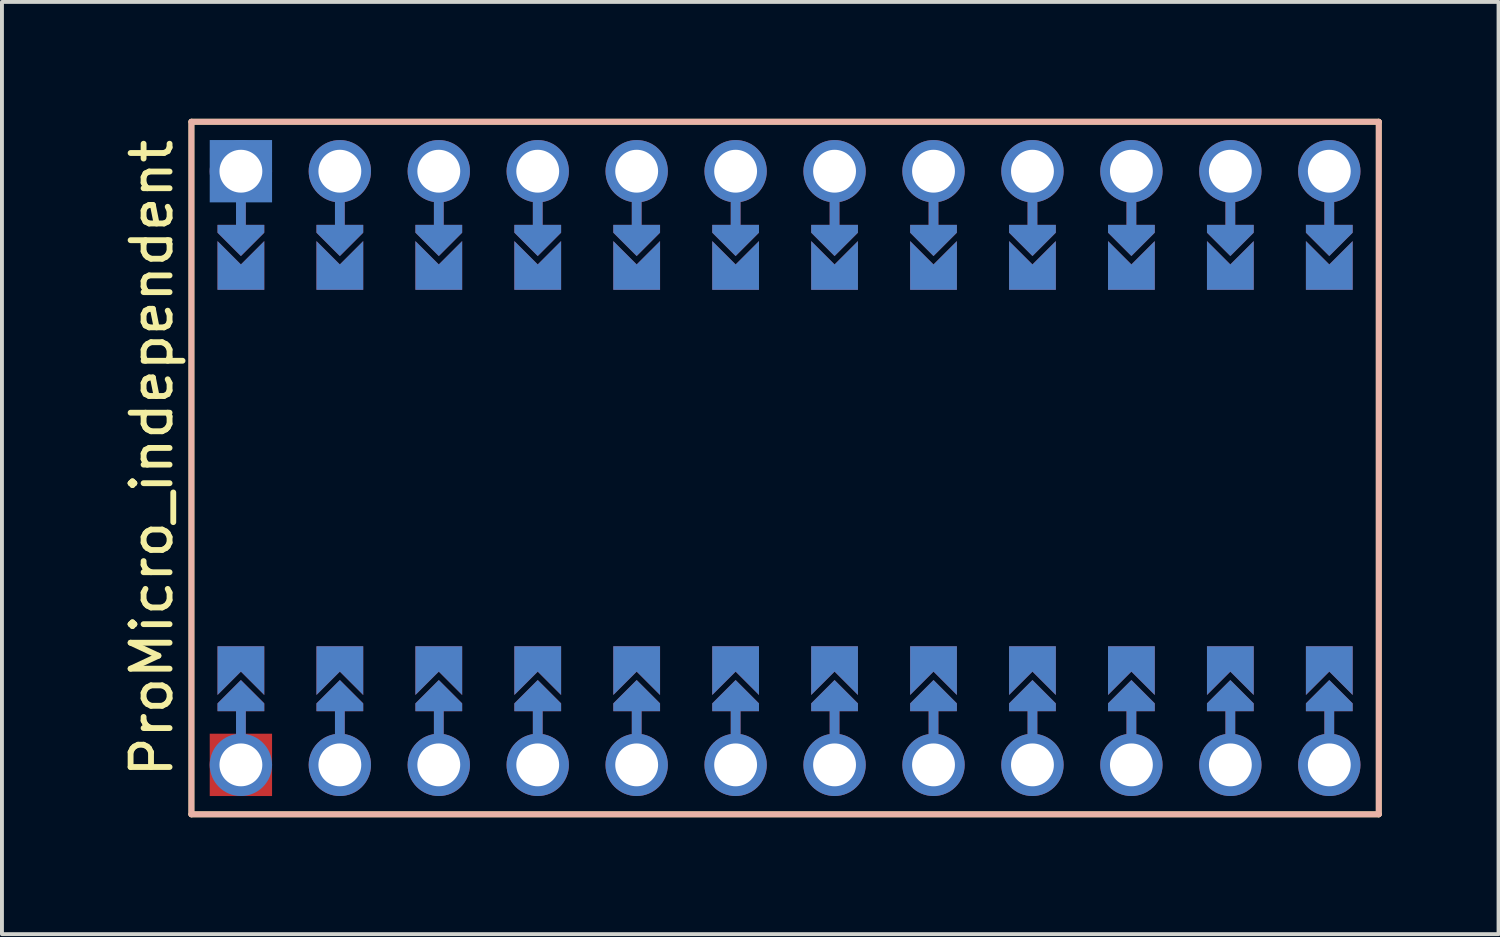
<source format=kicad_pcb>
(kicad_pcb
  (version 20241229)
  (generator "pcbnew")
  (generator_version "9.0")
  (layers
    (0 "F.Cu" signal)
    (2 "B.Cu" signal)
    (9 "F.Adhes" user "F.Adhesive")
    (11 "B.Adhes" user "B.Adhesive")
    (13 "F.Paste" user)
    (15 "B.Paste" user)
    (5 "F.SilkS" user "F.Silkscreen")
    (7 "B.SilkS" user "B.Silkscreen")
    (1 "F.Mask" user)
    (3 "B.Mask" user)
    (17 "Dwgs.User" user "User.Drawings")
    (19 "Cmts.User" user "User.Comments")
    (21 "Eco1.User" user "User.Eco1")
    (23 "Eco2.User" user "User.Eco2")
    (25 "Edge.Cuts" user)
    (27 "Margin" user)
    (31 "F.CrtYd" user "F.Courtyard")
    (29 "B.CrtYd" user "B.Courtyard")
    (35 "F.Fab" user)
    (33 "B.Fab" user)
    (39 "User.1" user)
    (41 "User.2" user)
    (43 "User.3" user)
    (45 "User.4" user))
  (footprint "ProMicro_independent"
    (layer "F.Cu")
    (at 17.104 8.965)
    (property "Reference" "ProMicro_independent" (at -16.256 -0.254 90) (layer "F.SilkS") (effects (font (size 1 1) (thickness 0.15))))
    (attr through_hole)
    (fp_poly (pts (xy -14.478 5.08) (xy -13.462 5.08) (xy -13.462 6.096) (xy -14.478 6.096)) (stroke (width 0.2) (type solid)) (fill yes) (layer "F.Mask"))
    (fp_poly (pts (xy -13.462 -5.08) (xy -14.478 -5.08) (xy -14.478 -6.096) (xy -13.462 -6.096)) (stroke (width 0.2) (type solid)) (fill yes) (layer "F.Mask"))
    (fp_poly (pts (xy -11.938 5.08) (xy -10.922 5.08) (xy -10.922 6.096) (xy -11.938 6.096)) (stroke (width 0.2) (type solid)) (fill yes) (layer "F.Mask"))
    (fp_poly (pts (xy -10.922 -5.08) (xy -11.938 -5.08) (xy -11.938 -6.096) (xy -10.922 -6.096)) (stroke (width 0.2) (type solid)) (fill yes) (layer "F.Mask"))
    (fp_poly (pts (xy -9.398 5.08) (xy -8.382 5.08) (xy -8.382 6.096) (xy -9.398 6.096)) (stroke (width 0.2) (type solid)) (fill yes) (layer "F.Mask"))
    (fp_poly (pts (xy -8.382 -5.08) (xy -9.398 -5.08) (xy -9.398 -6.096) (xy -8.382 -6.096)) (stroke (width 0.2) (type solid)) (fill yes) (layer "F.Mask"))
    (fp_poly (pts (xy -6.858 5.08) (xy -5.842 5.08) (xy -5.842 6.096) (xy -6.858 6.096)) (stroke (width 0.2) (type solid)) (fill yes) (layer "F.Mask"))
    (fp_poly (pts (xy -5.842 -5.08) (xy -6.858 -5.08) (xy -6.858 -6.096) (xy -5.842 -6.096)) (stroke (width 0.2) (type solid)) (fill yes) (layer "F.Mask"))
    (fp_poly (pts (xy -4.318 5.08) (xy -3.302 5.08) (xy -3.302 6.096) (xy -4.318 6.096)) (stroke (width 0.2) (type solid)) (fill yes) (layer "F.Mask"))
    (fp_poly (pts (xy -3.302 -5.08) (xy -4.318 -5.08) (xy -4.318 -6.096) (xy -3.302 -6.096)) (stroke (width 0.2) (type solid)) (fill yes) (layer "F.Mask"))
    (fp_poly (pts (xy -1.778 5.08) (xy -0.762 5.08) (xy -0.762 6.096) (xy -1.778 6.096)) (stroke (width 0.2) (type solid)) (fill yes) (layer "F.Mask"))
    (fp_poly (pts (xy -0.762 -5.08) (xy -1.778 -5.08) (xy -1.778 -6.096) (xy -0.762 -6.096)) (stroke (width 0.2) (type solid)) (fill yes) (layer "F.Mask"))
    (fp_poly (pts (xy 0.762 5.08) (xy 1.778 5.08) (xy 1.778 6.096) (xy 0.762 6.096)) (stroke (width 0.2) (type solid)) (fill yes) (layer "F.Mask"))
    (fp_poly (pts (xy 1.778 -5.08) (xy 0.762 -5.08) (xy 0.762 -6.096) (xy 1.778 -6.096)) (stroke (width 0.2) (type solid)) (fill yes) (layer "F.Mask"))
    (fp_poly (pts (xy 3.302 5.08) (xy 4.318 5.08) (xy 4.318 6.096) (xy 3.302 6.096)) (stroke (width 0.2) (type solid)) (fill yes) (layer "F.Mask"))
    (fp_poly (pts (xy 4.318 -5.08) (xy 3.302 -5.08) (xy 3.302 -6.096) (xy 4.318 -6.096)) (stroke (width 0.2) (type solid)) (fill yes) (layer "F.Mask"))
    (fp_poly (pts (xy 5.842 5.08) (xy 6.858 5.08) (xy 6.858 6.096) (xy 5.842 6.096)) (stroke (width 0.2) (type solid)) (fill yes) (layer "F.Mask"))
    (fp_poly (pts (xy 6.858 -5.08) (xy 5.842 -5.08) (xy 5.842 -6.096) (xy 6.858 -6.096)) (stroke (width 0.2) (type solid)) (fill yes) (layer "F.Mask"))
    (fp_poly (pts (xy 8.382 5.08) (xy 9.398 5.08) (xy 9.398 6.096) (xy 8.382 6.096)) (stroke (width 0.2) (type solid)) (fill yes) (layer "F.Mask"))
    (fp_poly (pts (xy 9.398 -5.08) (xy 8.382 -5.08) (xy 8.382 -6.096) (xy 9.398 -6.096)) (stroke (width 0.2) (type solid)) (fill yes) (layer "F.Mask"))
    (fp_poly (pts (xy 10.922 5.08) (xy 11.938 5.08) (xy 11.938 6.096) (xy 10.922 6.096)) (stroke (width 0.2) (type solid)) (fill yes) (layer "F.Mask"))
    (fp_poly (pts (xy 11.938 -5.08) (xy 10.922 -5.08) (xy 10.922 -6.096) (xy 11.938 -6.096)) (stroke (width 0.2) (type solid)) (fill yes) (layer "F.Mask"))
    (fp_poly (pts (xy 13.462 5.08) (xy 14.478 5.08) (xy 14.478 6.096) (xy 13.462 6.096)) (stroke (width 0.2) (type solid)) (fill yes) (layer "F.Mask"))
    (fp_poly (pts (xy 14.478 -5.08) (xy 13.462 -5.08) (xy 13.462 -6.096) (xy 14.478 -6.096)) (stroke (width 0.2) (type solid)) (fill yes) (layer "F.Mask"))
    (fp_poly (pts (xy -14.478 5.08) (xy -13.462 5.08) (xy -13.462 6.096) (xy -14.478 6.096)) (stroke (width 0.2) (type solid)) (fill yes) (layer "B.Mask"))
    (fp_poly (pts (xy -13.462 -5.08) (xy -14.478 -5.08) (xy -14.478 -6.096) (xy -13.462 -6.096)) (stroke (width 0.2) (type solid)) (fill yes) (layer "B.Mask"))
    (fp_poly (pts (xy -11.938 5.08) (xy -10.922 5.08) (xy -10.922 6.096) (xy -11.938 6.096)) (stroke (width 0.2) (type solid)) (fill yes) (layer "B.Mask"))
    (fp_poly (pts (xy -10.922 -5.08) (xy -11.938 -5.08) (xy -11.938 -6.096) (xy -10.922 -6.096)) (stroke (width 0.2) (type solid)) (fill yes) (layer "B.Mask"))
    (fp_poly (pts (xy -9.398 5.08) (xy -8.382 5.08) (xy -8.382 6.096) (xy -9.398 6.096)) (stroke (width 0.2) (type solid)) (fill yes) (layer "B.Mask"))
    (fp_poly (pts (xy -8.382 -5.08) (xy -9.398 -5.08) (xy -9.398 -6.096) (xy -8.382 -6.096)) (stroke (width 0.2) (type solid)) (fill yes) (layer "B.Mask"))
    (fp_poly (pts (xy -6.858 5.08) (xy -5.842 5.08) (xy -5.842 6.096) (xy -6.858 6.096)) (stroke (width 0.2) (type solid)) (fill yes) (layer "B.Mask"))
    (fp_poly (pts (xy -5.842 -5.08) (xy -6.858 -5.08) (xy -6.858 -6.096) (xy -5.842 -6.096)) (stroke (width 0.2) (type solid)) (fill yes) (layer "B.Mask"))
    (fp_poly (pts (xy -4.318 5.08) (xy -3.302 5.08) (xy -3.302 6.096) (xy -4.318 6.096)) (stroke (width 0.2) (type solid)) (fill yes) (layer "B.Mask"))
    (fp_poly (pts (xy -3.302 -5.08) (xy -4.318 -5.08) (xy -4.318 -6.096) (xy -3.302 -6.096)) (stroke (width 0.2) (type solid)) (fill yes) (layer "B.Mask"))
    (fp_poly (pts (xy -1.778 5.08) (xy -0.762 5.08) (xy -0.762 6.096) (xy -1.778 6.096)) (stroke (width 0.2) (type solid)) (fill yes) (layer "B.Mask"))
    (fp_poly (pts (xy -0.762 -5.08) (xy -1.778 -5.08) (xy -1.778 -6.096) (xy -0.762 -6.096)) (stroke (width 0.2) (type solid)) (fill yes) (layer "B.Mask"))
    (fp_poly (pts (xy 0.762 5.08) (xy 1.778 5.08) (xy 1.778 6.096) (xy 0.762 6.096)) (stroke (width 0.2) (type solid)) (fill yes) (layer "B.Mask"))
    (fp_poly (pts (xy 1.778 -5.08) (xy 0.762 -5.08) (xy 0.762 -6.096) (xy 1.778 -6.096)) (stroke (width 0.2) (type solid)) (fill yes) (layer "B.Mask"))
    (fp_poly (pts (xy 3.302 5.08) (xy 4.318 5.08) (xy 4.318 6.096) (xy 3.302 6.096)) (stroke (width 0.2) (type solid)) (fill yes) (layer "B.Mask"))
    (fp_poly (pts (xy 4.318 -5.08) (xy 3.302 -5.08) (xy 3.302 -6.096) (xy 4.318 -6.096)) (stroke (width 0.2) (type solid)) (fill yes) (layer "B.Mask"))
    (fp_poly (pts (xy 5.842 5.08) (xy 6.858 5.08) (xy 6.858 6.096) (xy 5.842 6.096)) (stroke (width 0.2) (type solid)) (fill yes) (layer "B.Mask"))
    (fp_poly (pts (xy 6.858 -5.08) (xy 5.842 -5.08) (xy 5.842 -6.096) (xy 6.858 -6.096)) (stroke (width 0.2) (type solid)) (fill yes) (layer "B.Mask"))
    (fp_poly (pts (xy 8.382 5.08) (xy 9.398 5.08) (xy 9.398 6.096) (xy 8.382 6.096)) (stroke (width 0.2) (type solid)) (fill yes) (layer "B.Mask"))
    (fp_poly (pts (xy 9.398 -5.08) (xy 8.382 -5.08) (xy 8.382 -6.096) (xy 9.398 -6.096)) (stroke (width 0.2) (type solid)) (fill yes) (layer "B.Mask"))
    (fp_poly (pts (xy 10.922 5.08) (xy 11.938 5.08) (xy 11.938 6.096) (xy 10.922 6.096)) (stroke (width 0.2) (type solid)) (fill yes) (layer "B.Mask"))
    (fp_poly (pts (xy 11.938 -5.08) (xy 10.922 -5.08) (xy 10.922 -6.096) (xy 11.938 -6.096)) (stroke (width 0.2) (type solid)) (fill yes) (layer "B.Mask"))
    (fp_poly (pts (xy 13.462 5.08) (xy 14.478 5.08) (xy 14.478 6.096) (xy 13.462 6.096)) (stroke (width 0.2) (type solid)) (fill yes) (layer "B.Mask"))
    (fp_poly (pts (xy 14.478 -5.08) (xy 13.462 -5.08) (xy 13.462 -6.096) (xy 14.478 -6.096)) (stroke (width 0.2) (type solid)) (fill yes) (layer "B.Mask"))
    (fp_line (start -15.24 -8.89) (end 15.24 -8.89) (stroke (width 0.15) (type solid)) (layer "F.SilkS"))
    (fp_line (start -15.24 8.89) (end -15.24 -8.89) (stroke (width 0.15) (type solid)) (layer "F.SilkS"))
    (fp_line (start -15.24 8.89) (end 15.24 8.89) (stroke (width 0.15) (type solid)) (layer "F.SilkS"))
    (fp_line (start 15.24 -8.89) (end 15.24 8.89) (stroke (width 0.15) (type solid)) (layer "F.SilkS"))
    (fp_line (start -15.24 -8.89) (end 15.24 -8.89) (stroke (width 0.15) (type solid)) (layer "B.SilkS"))
    (fp_line (start -15.24 8.89) (end -15.24 -8.89) (stroke (width 0.15) (type solid)) (layer "B.SilkS"))
    (fp_line (start -15.24 8.89) (end 15.24 8.89) (stroke (width 0.15) (type solid)) (layer "B.SilkS"))
    (fp_line (start 15.24 -8.89) (end 15.24 8.89) (stroke (width 0.15) (type solid)) (layer "B.SilkS"))
    (pad "" thru_hole circle (at -13.97 -7.62) (size 1.6 1.6) (drill 1.1) (layers "*.Cu" "*.Paste" "*.Mask"))
    (pad "" smd rect (at -13.97 -7.62) (size 1.6 1.6) (layers "B.Cu" "B.Mask" "B.Paste"))
    (pad "" smd custom (at -13.97 -6.35) (size 0.25 1) (layers "F.Cu") (options (anchor rect)) (primitives))
    (pad "" smd custom (at -13.97 -6.35) (size 0.25 1) (layers "B.Cu") (options (anchor rect)) (primitives))
    (pad "" smd custom (at -13.97 -5.842) (size 0.1 0.1) (layers "F.Cu" "F.Mask") (options (anchor rect)) (primitives (gr_poly (pts (xy 0.6 -0.4) (xy -0.6 -0.4) (xy -0.6 -0.2) (xy 0 0.4) (xy 0.6 -0.2)) (width 0) (fill yes))))
    (pad "" smd custom (at -13.97 -5.842) (size 0.1 0.1) (layers "B.Cu" "B.Mask") (options (anchor rect)) (primitives (gr_poly (pts (xy 0.6 -0.4) (xy -0.6 -0.4) (xy -0.6 -0.2) (xy 0 0.4) (xy 0.6 -0.2)) (width 0) (fill yes))))
    (pad "" smd custom (at -13.97 5.842 180) (size 0.1 0.1) (layers "F.Cu" "F.Mask") (options (anchor rect)) (primitives (gr_poly (pts (xy 0.6 -0.4) (xy -0.6 -0.4) (xy -0.6 -0.2) (xy 0 0.4) (xy 0.6 -0.2)) (width 0) (fill yes))))
    (pad "" smd custom (at -13.97 5.842 180) (size 0.1 0.1) (layers "B.Cu" "B.Mask") (options (anchor rect)) (primitives (gr_poly (pts (xy 0.6 -0.4) (xy -0.6 -0.4) (xy -0.6 -0.2) (xy 0 0.4) (xy 0.6 -0.2)) (width 0) (fill yes))))
    (pad "" smd custom (at -13.97 6.35 180) (size 0.25 1) (layers "F.Cu") (options (anchor rect)) (primitives))
    (pad "" smd custom (at -13.97 6.35 180) (size 0.25 1) (layers "B.Cu") (options (anchor rect)) (primitives))
    (pad "" thru_hole circle (at -13.97 7.62) (size 1.6 1.6) (drill 1.1) (layers "*.Cu" "*.Paste" "*.Mask"))
    (pad "" smd rect (at -13.97 7.62 270) (size 1.6 1.6) (layers "F.Cu" "F.Mask" "F.Paste"))
    (pad "" thru_hole circle (at -11.43 -7.62) (size 1.6 1.6) (drill 1.1) (layers "*.Cu" "*.Paste" "*.Mask"))
    (pad "" smd custom (at -11.43 -6.35) (size 0.25 1) (layers "F.Cu") (options (anchor rect)) (primitives))
    (pad "" smd custom (at -11.43 -6.35) (size 0.25 1) (layers "B.Cu") (options (anchor rect)) (primitives))
    (pad "" smd custom (at -11.43 -5.842) (size 0.1 0.1) (layers "F.Cu" "F.Mask") (options (anchor rect)) (primitives (gr_poly (pts (xy 0.6 -0.4) (xy -0.6 -0.4) (xy -0.6 -0.2) (xy 0 0.4) (xy 0.6 -0.2)) (width 0) (fill yes))))
    (pad "" smd custom (at -11.43 -5.842) (size 0.1 0.1) (layers "B.Cu" "B.Mask") (options (anchor rect)) (primitives (gr_poly (pts (xy 0.6 -0.4) (xy -0.6 -0.4) (xy -0.6 -0.2) (xy 0 0.4) (xy 0.6 -0.2)) (width 0) (fill yes))))
    (pad "" smd custom (at -11.43 5.842 180) (size 0.1 0.1) (layers "F.Cu" "F.Mask") (options (anchor rect)) (primitives (gr_poly (pts (xy 0.6 -0.4) (xy -0.6 -0.4) (xy -0.6 -0.2) (xy 0 0.4) (xy 0.6 -0.2)) (width 0) (fill yes))))
    (pad "" smd custom (at -11.43 5.842 180) (size 0.1 0.1) (layers "B.Cu" "B.Mask") (options (anchor rect)) (primitives (gr_poly (pts (xy 0.6 -0.4) (xy -0.6 -0.4) (xy -0.6 -0.2) (xy 0 0.4) (xy 0.6 -0.2)) (width 0) (fill yes))))
    (pad "" smd custom (at -11.43 6.35 180) (size 0.25 1) (layers "F.Cu") (options (anchor rect)) (primitives))
    (pad "" smd custom (at -11.43 6.35 180) (size 0.25 1) (layers "B.Cu") (options (anchor rect)) (primitives))
    (pad "" thru_hole circle (at -11.43 7.62) (size 1.6 1.6) (drill 1.1) (layers "*.Cu" "*.Paste" "*.Mask"))
    (pad "" thru_hole circle (at -8.89 -7.62) (size 1.6 1.6) (drill 1.1) (layers "*.Cu" "*.Paste" "*.Mask"))
    (pad "" smd custom (at -8.89 -6.35) (size 0.25 1) (layers "F.Cu") (options (anchor rect)) (primitives))
    (pad "" smd custom (at -8.89 -6.35) (size 0.25 1) (layers "B.Cu") (options (anchor rect)) (primitives))
    (pad "" smd custom (at -8.89 -5.842) (size 0.1 0.1) (layers "F.Cu" "F.Mask") (options (anchor rect)) (primitives (gr_poly (pts (xy 0.6 -0.4) (xy -0.6 -0.4) (xy -0.6 -0.2) (xy 0 0.4) (xy 0.6 -0.2)) (width 0) (fill yes))))
    (pad "" smd custom (at -8.89 -5.842) (size 0.1 0.1) (layers "B.Cu" "B.Mask") (options (anchor rect)) (primitives (gr_poly (pts (xy 0.6 -0.4) (xy -0.6 -0.4) (xy -0.6 -0.2) (xy 0 0.4) (xy 0.6 -0.2)) (width 0) (fill yes))))
    (pad "" smd custom (at -8.89 5.842 180) (size 0.1 0.1) (layers "F.Cu" "F.Mask") (options (anchor rect)) (primitives (gr_poly (pts (xy 0.6 -0.4) (xy -0.6 -0.4) (xy -0.6 -0.2) (xy 0 0.4) (xy 0.6 -0.2)) (width 0) (fill yes))))
    (pad "" smd custom (at -8.89 5.842 180) (size 0.1 0.1) (layers "B.Cu" "B.Mask") (options (anchor rect)) (primitives (gr_poly (pts (xy 0.6 -0.4) (xy -0.6 -0.4) (xy -0.6 -0.2) (xy 0 0.4) (xy 0.6 -0.2)) (width 0) (fill yes))))
    (pad "" smd custom (at -8.89 6.35 180) (size 0.25 1) (layers "F.Cu") (options (anchor rect)) (primitives))
    (pad "" smd custom (at -8.89 6.35 180) (size 0.25 1) (layers "B.Cu") (options (anchor rect)) (primitives))
    (pad "" thru_hole circle (at -8.89 7.62) (size 1.6 1.6) (drill 1.1) (layers "*.Cu" "*.Paste" "*.Mask"))
    (pad "" thru_hole circle (at -6.35 -7.62) (size 1.6 1.6) (drill 1.1) (layers "*.Cu" "*.Paste" "*.Mask"))
    (pad "" smd custom (at -6.35 -6.35) (size 0.25 1) (layers "F.Cu") (options (anchor rect)) (primitives))
    (pad "" smd custom (at -6.35 -6.35) (size 0.25 1) (layers "B.Cu") (options (anchor rect)) (primitives))
    (pad "" smd custom (at -6.35 -5.842) (size 0.1 0.1) (layers "F.Cu" "F.Mask") (options (anchor rect)) (primitives (gr_poly (pts (xy 0.6 -0.4) (xy -0.6 -0.4) (xy -0.6 -0.2) (xy 0 0.4) (xy 0.6 -0.2)) (width 0) (fill yes))))
    (pad "" smd custom (at -6.35 -5.842) (size 0.1 0.1) (layers "B.Cu" "B.Mask") (options (anchor rect)) (primitives (gr_poly (pts (xy 0.6 -0.4) (xy -0.6 -0.4) (xy -0.6 -0.2) (xy 0 0.4) (xy 0.6 -0.2)) (width 0) (fill yes))))
    (pad "" smd custom (at -6.35 5.842 180) (size 0.1 0.1) (layers "F.Cu" "F.Mask") (options (anchor rect)) (primitives (gr_poly (pts (xy 0.6 -0.4) (xy -0.6 -0.4) (xy -0.6 -0.2) (xy 0 0.4) (xy 0.6 -0.2)) (width 0) (fill yes))))
    (pad "" smd custom (at -6.35 5.842 180) (size 0.1 0.1) (layers "B.Cu" "B.Mask") (options (anchor rect)) (primitives (gr_poly (pts (xy 0.6 -0.4) (xy -0.6 -0.4) (xy -0.6 -0.2) (xy 0 0.4) (xy 0.6 -0.2)) (width 0) (fill yes))))
    (pad "" smd custom (at -6.35 6.35 180) (size 0.25 1) (layers "F.Cu") (options (anchor rect)) (primitives))
    (pad "" smd custom (at -6.35 6.35 180) (size 0.25 1) (layers "B.Cu") (options (anchor rect)) (primitives))
    (pad "" thru_hole circle (at -6.35 7.62) (size 1.6 1.6) (drill 1.1) (layers "*.Cu" "*.Paste" "*.Mask"))
    (pad "" thru_hole circle (at -3.81 -7.62) (size 1.6 1.6) (drill 1.1) (layers "*.Cu" "*.Paste" "*.Mask"))
    (pad "" smd custom (at -3.81 -6.35) (size 0.25 1) (layers "F.Cu") (options (anchor rect)) (primitives))
    (pad "" smd custom (at -3.81 -6.35) (size 0.25 1) (layers "B.Cu") (options (anchor rect)) (primitives))
    (pad "" smd custom (at -3.81 -5.842) (size 0.1 0.1) (layers "F.Cu" "F.Mask") (options (anchor rect)) (primitives (gr_poly (pts (xy 0.6 -0.4) (xy -0.6 -0.4) (xy -0.6 -0.2) (xy 0 0.4) (xy 0.6 -0.2)) (width 0) (fill yes))))
    (pad "" smd custom (at -3.81 -5.842) (size 0.1 0.1) (layers "B.Cu" "B.Mask") (options (anchor rect)) (primitives (gr_poly (pts (xy 0.6 -0.4) (xy -0.6 -0.4) (xy -0.6 -0.2) (xy 0 0.4) (xy 0.6 -0.2)) (width 0) (fill yes))))
    (pad "" smd custom (at -3.81 5.842 180) (size 0.1 0.1) (layers "F.Cu" "F.Mask") (options (anchor rect)) (primitives (gr_poly (pts (xy 0.6 -0.4) (xy -0.6 -0.4) (xy -0.6 -0.2) (xy 0 0.4) (xy 0.6 -0.2)) (width 0) (fill yes))))
    (pad "" smd custom (at -3.81 5.842 180) (size 0.1 0.1) (layers "B.Cu" "B.Mask") (options (anchor rect)) (primitives (gr_poly (pts (xy 0.6 -0.4) (xy -0.6 -0.4) (xy -0.6 -0.2) (xy 0 0.4) (xy 0.6 -0.2)) (width 0) (fill yes))))
    (pad "" smd custom (at -3.81 6.35 180) (size 0.25 1) (layers "F.Cu") (options (anchor rect)) (primitives))
    (pad "" smd custom (at -3.81 6.35 180) (size 0.25 1) (layers "B.Cu") (options (anchor rect)) (primitives))
    (pad "" thru_hole circle (at -3.81 7.62) (size 1.6 1.6) (drill 1.1) (layers "*.Cu" "*.Paste" "*.Mask"))
    (pad "" thru_hole circle (at -1.27 -7.62) (size 1.6 1.6) (drill 1.1) (layers "*.Cu" "*.Paste" "*.Mask"))
    (pad "" smd custom (at -1.27 -6.35) (size 0.25 1) (layers "F.Cu") (options (anchor rect)) (primitives))
    (pad "" smd custom (at -1.27 -6.35) (size 0.25 1) (layers "B.Cu") (options (anchor rect)) (primitives))
    (pad "" smd custom (at -1.27 -5.842) (size 0.1 0.1) (layers "F.Cu" "F.Mask") (options (anchor rect)) (primitives (gr_poly (pts (xy 0.6 -0.4) (xy -0.6 -0.4) (xy -0.6 -0.2) (xy 0 0.4) (xy 0.6 -0.2)) (width 0) (fill yes))))
    (pad "" smd custom (at -1.27 -5.842) (size 0.1 0.1) (layers "B.Cu" "B.Mask") (options (anchor rect)) (primitives (gr_poly (pts (xy 0.6 -0.4) (xy -0.6 -0.4) (xy -0.6 -0.2) (xy 0 0.4) (xy 0.6 -0.2)) (width 0) (fill yes))))
    (pad "" smd custom (at -1.27 5.842 180) (size 0.1 0.1) (layers "F.Cu" "F.Mask") (options (anchor rect)) (primitives (gr_poly (pts (xy 0.6 -0.4) (xy -0.6 -0.4) (xy -0.6 -0.2) (xy 0 0.4) (xy 0.6 -0.2)) (width 0) (fill yes))))
    (pad "" smd custom (at -1.27 5.842 180) (size 0.1 0.1) (layers "B.Cu" "B.Mask") (options (anchor rect)) (primitives (gr_poly (pts (xy 0.6 -0.4) (xy -0.6 -0.4) (xy -0.6 -0.2) (xy 0 0.4) (xy 0.6 -0.2)) (width 0) (fill yes))))
    (pad "" smd custom (at -1.27 6.35 180) (size 0.25 1) (layers "F.Cu") (options (anchor rect)) (primitives))
    (pad "" smd custom (at -1.27 6.35 180) (size 0.25 1) (layers "B.Cu") (options (anchor rect)) (primitives))
    (pad "" thru_hole circle (at -1.27 7.62) (size 1.6 1.6) (drill 1.1) (layers "*.Cu" "*.Paste" "*.Mask"))
    (pad "" thru_hole circle (at 1.27 -7.62) (size 1.6 1.6) (drill 1.1) (layers "*.Cu" "*.Paste" "*.Mask"))
    (pad "" smd custom (at 1.27 -6.35) (size 0.25 1) (layers "F.Cu") (options (anchor rect)) (primitives))
    (pad "" smd custom (at 1.27 -6.35) (size 0.25 1) (layers "B.Cu") (options (anchor rect)) (primitives))
    (pad "" smd custom (at 1.27 -5.842) (size 0.1 0.1) (layers "F.Cu" "F.Mask") (options (anchor rect)) (primitives (gr_poly (pts (xy 0.6 -0.4) (xy -0.6 -0.4) (xy -0.6 -0.2) (xy 0 0.4) (xy 0.6 -0.2)) (width 0) (fill yes))))
    (pad "" smd custom (at 1.27 -5.842) (size 0.1 0.1) (layers "B.Cu" "B.Mask") (options (anchor rect)) (primitives (gr_poly (pts (xy 0.6 -0.4) (xy -0.6 -0.4) (xy -0.6 -0.2) (xy 0 0.4) (xy 0.6 -0.2)) (width 0) (fill yes))))
    (pad "" smd custom (at 1.27 5.842 180) (size 0.1 0.1) (layers "F.Cu" "F.Mask") (options (anchor rect)) (primitives (gr_poly (pts (xy 0.6 -0.4) (xy -0.6 -0.4) (xy -0.6 -0.2) (xy 0 0.4) (xy 0.6 -0.2)) (width 0) (fill yes))))
    (pad "" smd custom (at 1.27 5.842 180) (size 0.1 0.1) (layers "B.Cu" "B.Mask") (options (anchor rect)) (primitives (gr_poly (pts (xy 0.6 -0.4) (xy -0.6 -0.4) (xy -0.6 -0.2) (xy 0 0.4) (xy 0.6 -0.2)) (width 0) (fill yes))))
    (pad "" smd custom (at 1.27 6.35 180) (size 0.25 1) (layers "F.Cu") (options (anchor rect)) (primitives))
    (pad "" smd custom (at 1.27 6.35 180) (size 0.25 1) (layers "B.Cu") (options (anchor rect)) (primitives))
    (pad "" thru_hole circle (at 1.27 7.62) (size 1.6 1.6) (drill 1.1) (layers "*.Cu" "*.Paste" "*.Mask"))
    (pad "" thru_hole circle (at 3.81 -7.62) (size 1.6 1.6) (drill 1.1) (layers "*.Cu" "*.Paste" "*.Mask"))
    (pad "" smd custom (at 3.81 -6.35) (size 0.25 1) (layers "F.Cu") (options (anchor rect)) (primitives))
    (pad "" smd custom (at 3.81 -6.35) (size 0.25 1) (layers "B.Cu") (options (anchor rect)) (primitives))
    (pad "" smd custom (at 3.81 -5.842) (size 0.1 0.1) (layers "F.Cu" "F.Mask") (options (anchor rect)) (primitives (gr_poly (pts (xy 0.6 -0.4) (xy -0.6 -0.4) (xy -0.6 -0.2) (xy 0 0.4) (xy 0.6 -0.2)) (width 0) (fill yes))))
    (pad "" smd custom (at 3.81 -5.842) (size 0.1 0.1) (layers "B.Cu" "B.Mask") (options (anchor rect)) (primitives (gr_poly (pts (xy 0.6 -0.4) (xy -0.6 -0.4) (xy -0.6 -0.2) (xy 0 0.4) (xy 0.6 -0.2)) (width 0) (fill yes))))
    (pad "" smd custom (at 3.81 5.842 180) (size 0.1 0.1) (layers "F.Cu" "F.Mask") (options (anchor rect)) (primitives (gr_poly (pts (xy 0.6 -0.4) (xy -0.6 -0.4) (xy -0.6 -0.2) (xy 0 0.4) (xy 0.6 -0.2)) (width 0) (fill yes))))
    (pad "" smd custom (at 3.81 5.842 180) (size 0.1 0.1) (layers "B.Cu" "B.Mask") (options (anchor rect)) (primitives (gr_poly (pts (xy 0.6 -0.4) (xy -0.6 -0.4) (xy -0.6 -0.2) (xy 0 0.4) (xy 0.6 -0.2)) (width 0) (fill yes))))
    (pad "" smd custom (at 3.81 6.35 180) (size 0.25 1) (layers "F.Cu") (options (anchor rect)) (primitives))
    (pad "" smd custom (at 3.81 6.35 180) (size 0.25 1) (layers "B.Cu") (options (anchor rect)) (primitives))
    (pad "" thru_hole circle (at 3.81 7.62) (size 1.6 1.6) (drill 1.1) (layers "*.Cu" "*.Paste" "*.Mask"))
    (pad "" thru_hole circle (at 6.35 -7.62) (size 1.6 1.6) (drill 1.1) (layers "*.Cu" "*.Paste" "*.Mask"))
    (pad "" smd custom (at 6.35 -6.35) (size 0.25 1) (layers "F.Cu") (options (anchor rect)) (primitives))
    (pad "" smd custom (at 6.35 -6.35) (size 0.25 1) (layers "B.Cu") (options (anchor rect)) (primitives))
    (pad "" smd custom (at 6.35 -5.842) (size 0.1 0.1) (layers "F.Cu" "F.Mask") (options (anchor rect)) (primitives (gr_poly (pts (xy 0.6 -0.4) (xy -0.6 -0.4) (xy -0.6 -0.2) (xy 0 0.4) (xy 0.6 -0.2)) (width 0) (fill yes))))
    (pad "" smd custom (at 6.35 -5.842) (size 0.1 0.1) (layers "B.Cu" "B.Mask") (options (anchor rect)) (primitives (gr_poly (pts (xy 0.6 -0.4) (xy -0.6 -0.4) (xy -0.6 -0.2) (xy 0 0.4) (xy 0.6 -0.2)) (width 0) (fill yes))))
    (pad "" smd custom (at 6.35 5.842 180) (size 0.1 0.1) (layers "F.Cu" "F.Mask") (options (anchor rect)) (primitives (gr_poly (pts (xy 0.6 -0.4) (xy -0.6 -0.4) (xy -0.6 -0.2) (xy 0 0.4) (xy 0.6 -0.2)) (width 0) (fill yes))))
    (pad "" smd custom (at 6.35 5.842 180) (size 0.1 0.1) (layers "B.Cu" "B.Mask") (options (anchor rect)) (primitives (gr_poly (pts (xy 0.6 -0.4) (xy -0.6 -0.4) (xy -0.6 -0.2) (xy 0 0.4) (xy 0.6 -0.2)) (width 0) (fill yes))))
    (pad "" smd custom (at 6.35 6.35 180) (size 0.25 1) (layers "F.Cu") (options (anchor rect)) (primitives))
    (pad "" smd custom (at 6.35 6.35 180) (size 0.25 1) (layers "B.Cu") (options (anchor rect)) (primitives))
    (pad "" thru_hole circle (at 6.35 7.62) (size 1.6 1.6) (drill 1.1) (layers "*.Cu" "*.Paste" "*.Mask"))
    (pad "" thru_hole circle (at 8.89 -7.62) (size 1.6 1.6) (drill 1.1) (layers "*.Cu" "*.Paste" "*.Mask"))
    (pad "" smd custom (at 8.89 -6.35) (size 0.25 1) (layers "F.Cu") (options (anchor rect)) (primitives))
    (pad "" smd custom (at 8.89 -6.35) (size 0.25 1) (layers "B.Cu") (options (anchor rect)) (primitives))
    (pad "" smd custom (at 8.89 -5.842) (size 0.1 0.1) (layers "F.Cu" "F.Mask") (options (anchor rect)) (primitives (gr_poly (pts (xy 0.6 -0.4) (xy -0.6 -0.4) (xy -0.6 -0.2) (xy 0 0.4) (xy 0.6 -0.2)) (width 0) (fill yes))))
    (pad "" smd custom (at 8.89 -5.842) (size 0.1 0.1) (layers "B.Cu" "B.Mask") (options (anchor rect)) (primitives (gr_poly (pts (xy 0.6 -0.4) (xy -0.6 -0.4) (xy -0.6 -0.2) (xy 0 0.4) (xy 0.6 -0.2)) (width 0) (fill yes))))
    (pad "" smd custom (at 8.89 5.842 180) (size 0.1 0.1) (layers "F.Cu" "F.Mask") (options (anchor rect)) (primitives (gr_poly (pts (xy 0.6 -0.4) (xy -0.6 -0.4) (xy -0.6 -0.2) (xy 0 0.4) (xy 0.6 -0.2)) (width 0) (fill yes))))
    (pad "" smd custom (at 8.89 5.842 180) (size 0.1 0.1) (layers "B.Cu" "B.Mask") (options (anchor rect)) (primitives (gr_poly (pts (xy 0.6 -0.4) (xy -0.6 -0.4) (xy -0.6 -0.2) (xy 0 0.4) (xy 0.6 -0.2)) (width 0) (fill yes))))
    (pad "" smd custom (at 8.89 6.35 180) (size 0.25 1) (layers "F.Cu") (options (anchor rect)) (primitives))
    (pad "" smd custom (at 8.89 6.35 180) (size 0.25 1) (layers "B.Cu") (options (anchor rect)) (primitives))
    (pad "" thru_hole circle (at 8.89 7.62) (size 1.6 1.6) (drill 1.1) (layers "*.Cu" "*.Paste" "*.Mask"))
    (pad "" thru_hole circle (at 11.43 -7.62) (size 1.6 1.6) (drill 1.1) (layers "*.Cu" "*.Paste" "*.Mask"))
    (pad "" smd custom (at 11.43 -6.35) (size 0.25 1) (layers "F.Cu") (options (anchor rect)) (primitives))
    (pad "" smd custom (at 11.43 -6.35) (size 0.25 1) (layers "B.Cu") (options (anchor rect)) (primitives))
    (pad "" smd custom (at 11.43 -5.842) (size 0.1 0.1) (layers "F.Cu" "F.Mask") (options (anchor rect)) (primitives (gr_poly (pts (xy 0.6 -0.4) (xy -0.6 -0.4) (xy -0.6 -0.2) (xy 0 0.4) (xy 0.6 -0.2)) (width 0) (fill yes))))
    (pad "" smd custom (at 11.43 -5.842) (size 0.1 0.1) (layers "B.Cu" "B.Mask") (options (anchor rect)) (primitives (gr_poly (pts (xy 0.6 -0.4) (xy -0.6 -0.4) (xy -0.6 -0.2) (xy 0 0.4) (xy 0.6 -0.2)) (width 0) (fill yes))))
    (pad "" smd custom (at 11.43 5.842 180) (size 0.1 0.1) (layers "F.Cu" "F.Mask") (options (anchor rect)) (primitives (gr_poly (pts (xy 0.6 -0.4) (xy -0.6 -0.4) (xy -0.6 -0.2) (xy 0 0.4) (xy 0.6 -0.2)) (width 0) (fill yes))))
    (pad "" smd custom (at 11.43 5.842 180) (size 0.1 0.1) (layers "B.Cu" "B.Mask") (options (anchor rect)) (primitives (gr_poly (pts (xy 0.6 -0.4) (xy -0.6 -0.4) (xy -0.6 -0.2) (xy 0 0.4) (xy 0.6 -0.2)) (width 0) (fill yes))))
    (pad "" smd custom (at 11.43 6.35 180) (size 0.25 1) (layers "F.Cu") (options (anchor rect)) (primitives))
    (pad "" smd custom (at 11.43 6.35 180) (size 0.25 1) (layers "B.Cu") (options (anchor rect)) (primitives))
    (pad "" thru_hole circle (at 11.43 7.62) (size 1.6 1.6) (drill 1.1) (layers "*.Cu" "*.Paste" "*.Mask"))
    (pad "" thru_hole circle (at 13.97 -7.62) (size 1.6 1.6) (drill 1.1) (layers "*.Cu" "*.Paste" "*.Mask"))
    (pad "" smd custom (at 13.97 -6.35) (size 0.25 1) (layers "F.Cu") (options (anchor rect)) (primitives))
    (pad "" smd custom (at 13.97 -6.35) (size 0.25 1) (layers "B.Cu") (options (anchor rect)) (primitives))
    (pad "" smd custom (at 13.97 -5.842) (size 0.1 0.1) (layers "F.Cu" "F.Mask") (options (anchor rect)) (primitives (gr_poly (pts (xy 0.6 -0.4) (xy -0.6 -0.4) (xy -0.6 -0.2) (xy 0 0.4) (xy 0.6 -0.2)) (width 0) (fill yes))))
    (pad "" smd custom (at 13.97 -5.842) (size 0.1 0.1) (layers "B.Cu" "B.Mask") (options (anchor rect)) (primitives (gr_poly (pts (xy 0.6 -0.4) (xy -0.6 -0.4) (xy -0.6 -0.2) (xy 0 0.4) (xy 0.6 -0.2)) (width 0) (fill yes))))
    (pad "" smd custom (at 13.97 5.842 180) (size 0.1 0.1) (layers "F.Cu" "F.Mask") (options (anchor rect)) (primitives (gr_poly (pts (xy 0.6 -0.4) (xy -0.6 -0.4) (xy -0.6 -0.2) (xy 0 0.4) (xy 0.6 -0.2)) (width 0) (fill yes))))
    (pad "" smd custom (at 13.97 5.842 180) (size 0.1 0.1) (layers "B.Cu" "B.Mask") (options (anchor rect)) (primitives (gr_poly (pts (xy 0.6 -0.4) (xy -0.6 -0.4) (xy -0.6 -0.2) (xy 0 0.4) (xy 0.6 -0.2)) (width 0) (fill yes))))
    (pad "" smd custom (at 13.97 6.35 180) (size 0.25 1) (layers "F.Cu") (options (anchor rect)) (primitives))
    (pad "" smd custom (at 13.97 6.35 180) (size 0.25 1) (layers "B.Cu") (options (anchor rect)) (primitives))
    (pad "" thru_hole circle (at 13.97 7.62) (size 1.6 1.6) (drill 1.1) (layers "*.Cu" "*.Paste" "*.Mask"))
    (pad "1" smd custom (at -13.97 4.826 180) (size 1.2 0.5) (layers "B.Cu" "B.Mask") (options (anchor rect)) (primitives (gr_poly (pts (xy 0.6 0) (xy -0.6 0) (xy -0.6 -1) (xy 0 -0.4) (xy 0.6 -1)) (width 0) (fill yes))))
    (pad "2" smd custom (at -11.43 4.826 180) (size 1.2 0.5) (layers "B.Cu" "B.Mask") (options (anchor rect)) (primitives (gr_poly (pts (xy 0.6 0) (xy -0.6 0) (xy -0.6 -1) (xy 0 -0.4) (xy 0.6 -1)) (width 0) (fill yes))))
    (pad "3" smd custom (at -8.89 4.826 180) (size 1.2 0.5) (layers "B.Cu" "B.Mask") (options (anchor rect)) (primitives (gr_poly (pts (xy 0.6 0) (xy -0.6 0) (xy -0.6 -1) (xy 0 -0.4) (xy 0.6 -1)) (width 0) (fill yes))))
    (pad "4" smd custom (at -6.35 4.826 180) (size 1.2 0.5) (layers "B.Cu" "B.Mask") (options (anchor rect)) (primitives (gr_poly (pts (xy 0.6 0) (xy -0.6 0) (xy -0.6 -1) (xy 0 -0.4) (xy 0.6 -1)) (width 0) (fill yes))))
    (pad "5" smd custom (at -3.81 4.826 180) (size 1.2 0.5) (layers "B.Cu" "B.Mask") (options (anchor rect)) (primitives (gr_poly (pts (xy 0.6 0) (xy -0.6 0) (xy -0.6 -1) (xy 0 -0.4) (xy 0.6 -1)) (width 0) (fill yes))))
    (pad "6" smd custom (at -1.27 4.826 180) (size 1.2 0.5) (layers "B.Cu" "B.Mask") (options (anchor rect)) (primitives (gr_poly (pts (xy 0.6 0) (xy -0.6 0) (xy -0.6 -1) (xy 0 -0.4) (xy 0.6 -1)) (width 0) (fill yes))))
    (pad "7" smd custom (at 1.27 4.826 180) (size 1.2 0.5) (layers "B.Cu" "B.Mask") (options (anchor rect)) (primitives (gr_poly (pts (xy 0.6 0) (xy -0.6 0) (xy -0.6 -1) (xy 0 -0.4) (xy 0.6 -1)) (width 0) (fill yes))))
    (pad "8" smd custom (at 3.81 4.826 180) (size 1.2 0.5) (layers "B.Cu" "B.Mask") (options (anchor rect)) (primitives (gr_poly (pts (xy 0.6 0) (xy -0.6 0) (xy -0.6 -1) (xy 0 -0.4) (xy 0.6 -1)) (width 0) (fill yes))))
    (pad "9" smd custom (at 6.35 4.826 180) (size 1.2 0.5) (layers "B.Cu" "B.Mask") (options (anchor rect)) (primitives (gr_poly (pts (xy 0.6 0) (xy -0.6 0) (xy -0.6 -1) (xy 0 -0.4) (xy 0.6 -1)) (width 0) (fill yes))))
    (pad "10" smd custom (at 8.89 4.826 180) (size 1.2 0.5) (layers "B.Cu" "B.Mask") (options (anchor rect)) (primitives (gr_poly (pts (xy 0.6 0) (xy -0.6 0) (xy -0.6 -1) (xy 0 -0.4) (xy 0.6 -1)) (width 0) (fill yes))))
    (pad "11" smd custom (at 11.43 4.826 180) (size 1.2 0.5) (layers "B.Cu" "B.Mask") (options (anchor rect)) (primitives (gr_poly (pts (xy 0.6 0) (xy -0.6 0) (xy -0.6 -1) (xy 0 -0.4) (xy 0.6 -1)) (width 0) (fill yes))))
    (pad "12" smd custom (at 13.97 4.826 180) (size 1.2 0.5) (layers "B.Cu" "B.Mask") (options (anchor rect)) (primitives (gr_poly (pts (xy 0.6 0) (xy -0.6 0) (xy -0.6 -1) (xy 0 -0.4) (xy 0.6 -1)) (width 0) (fill yes))))
    (pad "13" smd custom (at 13.97 -4.826) (size 1.2 0.5) (layers "B.Cu" "B.Mask") (options (anchor rect)) (primitives (gr_poly (pts (xy 0.6 0) (xy -0.6 0) (xy -0.6 -1) (xy 0 -0.4) (xy 0.6 -1)) (width 0) (fill yes))))
    (pad "14" smd custom (at 11.43 -4.826) (size 1.2 0.5) (layers "B.Cu" "B.Mask") (options (anchor rect)) (primitives (gr_poly (pts (xy 0.6 0) (xy -0.6 0) (xy -0.6 -1) (xy 0 -0.4) (xy 0.6 -1)) (width 0) (fill yes))))
    (pad "15" smd custom (at 8.89 -4.826) (size 1.2 0.5) (layers "B.Cu" "B.Mask") (options (anchor rect)) (primitives (gr_poly (pts (xy 0.6 0) (xy -0.6 0) (xy -0.6 -1) (xy 0 -0.4) (xy 0.6 -1)) (width 0) (fill yes))))
    (pad "16" smd custom (at 6.35 -4.826) (size 1.2 0.5) (layers "B.Cu" "B.Mask") (options (anchor rect)) (primitives (gr_poly (pts (xy 0.6 0) (xy -0.6 0) (xy -0.6 -1) (xy 0 -0.4) (xy 0.6 -1)) (width 0) (fill yes))))
    (pad "17" smd custom (at 3.81 -4.826) (size 1.2 0.5) (layers "B.Cu" "B.Mask") (options (anchor rect)) (primitives (gr_poly (pts (xy 0.6 0) (xy -0.6 0) (xy -0.6 -1) (xy 0 -0.4) (xy 0.6 -1)) (width 0) (fill yes))))
    (pad "18" smd custom (at 1.27 -4.826) (size 1.2 0.5) (layers "B.Cu" "B.Mask") (options (anchor rect)) (primitives (gr_poly (pts (xy 0.6 0) (xy -0.6 0) (xy -0.6 -1) (xy 0 -0.4) (xy 0.6 -1)) (width 0) (fill yes))))
    (pad "19" smd custom (at -1.27 -4.826) (size 1.2 0.5) (layers "B.Cu" "B.Mask") (options (anchor rect)) (primitives (gr_poly (pts (xy 0.6 0) (xy -0.6 0) (xy -0.6 -1) (xy 0 -0.4) (xy 0.6 -1)) (width 0) (fill yes))))
    (pad "20" smd custom (at -3.81 -4.826) (size 1.2 0.5) (layers "B.Cu" "B.Mask") (options (anchor rect)) (primitives (gr_poly (pts (xy 0.6 0) (xy -0.6 0) (xy -0.6 -1) (xy 0 -0.4) (xy 0.6 -1)) (width 0) (fill yes))))
    (pad "21" smd custom (at -6.35 -4.826) (size 1.2 0.5) (layers "B.Cu" "B.Mask") (options (anchor rect)) (primitives (gr_poly (pts (xy 0.6 0) (xy -0.6 0) (xy -0.6 -1) (xy 0 -0.4) (xy 0.6 -1)) (width 0) (fill yes))))
    (pad "22" smd custom (at -8.89 -4.826) (size 1.2 0.5) (layers "B.Cu" "B.Mask") (options (anchor rect)) (primitives (gr_poly (pts (xy 0.6 0) (xy -0.6 0) (xy -0.6 -1) (xy 0 -0.4) (xy 0.6 -1)) (width 0) (fill yes))))
    (pad "23" smd custom (at -11.43 -4.826) (size 1.2 0.5) (layers "B.Cu" "B.Mask") (options (anchor rect)) (primitives (gr_poly (pts (xy 0.6 0) (xy -0.6 0) (xy -0.6 -1) (xy 0 -0.4) (xy 0.6 -1)) (width 0) (fill yes))))
    (pad "24" smd custom (at -13.97 -4.826) (size 1.2 0.5) (layers "B.Cu" "B.Mask") (options (anchor rect)) (primitives (gr_poly (pts (xy 0.6 0) (xy -0.6 0) (xy -0.6 -1) (xy 0 -0.4) (xy 0.6 -1)) (width 0) (fill yes))))
    (pad "25" smd custom (at -13.97 -4.826) (size 1.2 0.5) (layers "F.Cu" "F.Mask") (options (anchor rect)) (primitives (gr_poly (pts (xy 0.6 0) (xy -0.6 0) (xy -0.6 -1) (xy 0 -0.4) (xy 0.6 -1)) (width 0) (fill yes))))
    (pad "26" smd custom (at -11.43 -4.826) (size 1.2 0.5) (layers "F.Cu" "F.Mask") (options (anchor rect)) (primitives (gr_poly (pts (xy 0.6 0) (xy -0.6 0) (xy -0.6 -1) (xy 0 -0.4) (xy 0.6 -1)) (width 0) (fill yes))))
    (pad "27" smd custom (at -8.89 -4.826) (size 1.2 0.5) (layers "F.Cu" "F.Mask") (options (anchor rect)) (primitives (gr_poly (pts (xy 0.6 0) (xy -0.6 0) (xy -0.6 -1) (xy 0 -0.4) (xy 0.6 -1)) (width 0) (fill yes))))
    (pad "28" smd custom (at -6.35 -4.826) (size 1.2 0.5) (layers "F.Cu" "F.Mask") (options (anchor rect)) (primitives (gr_poly (pts (xy 0.6 0) (xy -0.6 0) (xy -0.6 -1) (xy 0 -0.4) (xy 0.6 -1)) (width 0) (fill yes))))
    (pad "29" smd custom (at -3.81 -4.826) (size 1.2 0.5) (layers "F.Cu" "F.Mask") (options (anchor rect)) (primitives (gr_poly (pts (xy 0.6 0) (xy -0.6 0) (xy -0.6 -1) (xy 0 -0.4) (xy 0.6 -1)) (width 0) (fill yes))))
    (pad "30" smd custom (at -1.27 -4.826) (size 1.2 0.5) (layers "F.Cu" "F.Mask") (options (anchor rect)) (primitives (gr_poly (pts (xy 0.6 0) (xy -0.6 0) (xy -0.6 -1) (xy 0 -0.4) (xy 0.6 -1)) (width 0) (fill yes))))
    (pad "31" smd custom (at 1.27 -4.826) (size 1.2 0.5) (layers "F.Cu" "F.Mask") (options (anchor rect)) (primitives (gr_poly (pts (xy 0.6 0) (xy -0.6 0) (xy -0.6 -1) (xy 0 -0.4) (xy 0.6 -1)) (width 0) (fill yes))))
    (pad "32" smd custom (at 3.81 -4.826) (size 1.2 0.5) (layers "F.Cu" "F.Mask") (options (anchor rect)) (primitives (gr_poly (pts (xy 0.6 0) (xy -0.6 0) (xy -0.6 -1) (xy 0 -0.4) (xy 0.6 -1)) (width 0) (fill yes))))
    (pad "33" smd custom (at 6.35 -4.826) (size 1.2 0.5) (layers "F.Cu" "F.Mask") (options (anchor rect)) (primitives (gr_poly (pts (xy 0.6 0) (xy -0.6 0) (xy -0.6 -1) (xy 0 -0.4) (xy 0.6 -1)) (width 0) (fill yes))))
    (pad "34" smd custom (at 8.89 -4.826) (size 1.2 0.5) (layers "F.Cu" "F.Mask") (options (anchor rect)) (primitives (gr_poly (pts (xy 0.6 0) (xy -0.6 0) (xy -0.6 -1) (xy 0 -0.4) (xy 0.6 -1)) (width 0) (fill yes))))
    (pad "35" smd custom (at 11.43 -4.826) (size 1.2 0.5) (layers "F.Cu" "F.Mask") (options (anchor rect)) (primitives (gr_poly (pts (xy 0.6 0) (xy -0.6 0) (xy -0.6 -1) (xy 0 -0.4) (xy 0.6 -1)) (width 0) (fill yes))))
    (pad "36" smd custom (at 13.97 -4.826) (size 1.2 0.5) (layers "F.Cu" "F.Mask") (options (anchor rect)) (primitives (gr_poly (pts (xy 0.6 0) (xy -0.6 0) (xy -0.6 -1) (xy 0 -0.4) (xy 0.6 -1)) (width 0) (fill yes))))
    (pad "37" smd custom (at 13.97 4.826 180) (size 1.2 0.5) (layers "F.Cu" "F.Mask") (options (anchor rect)) (primitives (gr_poly (pts (xy 0.6 0) (xy -0.6 0) (xy -0.6 -1) (xy 0 -0.4) (xy 0.6 -1)) (width 0) (fill yes))))
    (pad "38" smd custom (at 11.43 4.826 180) (size 1.2 0.5) (layers "F.Cu" "F.Mask") (options (anchor rect)) (primitives (gr_poly (pts (xy 0.6 0) (xy -0.6 0) (xy -0.6 -1) (xy 0 -0.4) (xy 0.6 -1)) (width 0) (fill yes))))
    (pad "39" smd custom (at 8.89 4.826 180) (size 1.2 0.5) (layers "F.Cu" "F.Mask") (options (anchor rect)) (primitives (gr_poly (pts (xy 0.6 0) (xy -0.6 0) (xy -0.6 -1) (xy 0 -0.4) (xy 0.6 -1)) (width 0) (fill yes))))
    (pad "40" smd custom (at 6.35 4.826 180) (size 1.2 0.5) (layers "F.Cu" "F.Mask") (options (anchor rect)) (primitives (gr_poly (pts (xy 0.6 0) (xy -0.6 0) (xy -0.6 -1) (xy 0 -0.4) (xy 0.6 -1)) (width 0) (fill yes))))
    (pad "41" smd custom (at 3.81 4.826 180) (size 1.2 0.5) (layers "F.Cu" "F.Mask") (options (anchor rect)) (primitives (gr_poly (pts (xy 0.6 0) (xy -0.6 0) (xy -0.6 -1) (xy 0 -0.4) (xy 0.6 -1)) (width 0) (fill yes))))
    (pad "42" smd custom (at 1.27 4.826 180) (size 1.2 0.5) (layers "F.Cu" "F.Mask") (options (anchor rect)) (primitives (gr_poly (pts (xy 0.6 0) (xy -0.6 0) (xy -0.6 -1) (xy 0 -0.4) (xy 0.6 -1)) (width 0) (fill yes))))
    (pad "43" smd custom (at -1.27 4.826 180) (size 1.2 0.5) (layers "F.Cu" "F.Mask") (options (anchor rect)) (primitives (gr_poly (pts (xy 0.6 0) (xy -0.6 0) (xy -0.6 -1) (xy 0 -0.4) (xy 0.6 -1)) (width 0) (fill yes))))
    (pad "44" smd custom (at -3.81 4.826 180) (size 1.2 0.5) (layers "F.Cu" "F.Mask") (options (anchor rect)) (primitives (gr_poly (pts (xy 0.6 0) (xy -0.6 0) (xy -0.6 -1) (xy 0 -0.4) (xy 0.6 -1)) (width 0) (fill yes))))
    (pad "45" smd custom (at -6.35 4.826 180) (size 1.2 0.5) (layers "F.Cu" "F.Mask") (options (anchor rect)) (primitives (gr_poly (pts (xy 0.6 0) (xy -0.6 0) (xy -0.6 -1) (xy 0 -0.4) (xy 0.6 -1)) (width 0) (fill yes))))
    (pad "46" smd custom (at -8.89 4.826 180) (size 1.2 0.5) (layers "F.Cu" "F.Mask") (options (anchor rect)) (primitives (gr_poly (pts (xy 0.6 0) (xy -0.6 0) (xy -0.6 -1) (xy 0 -0.4) (xy 0.6 -1)) (width 0) (fill yes))))
    (pad "47" smd custom (at -11.43 4.826 180) (size 1.2 0.5) (layers "F.Cu" "F.Mask") (options (anchor rect)) (primitives (gr_poly (pts (xy 0.6 0) (xy -0.6 0) (xy -0.6 -1) (xy 0 -0.4) (xy 0.6 -1)) (width 0) (fill yes))))
    (pad "48" smd custom (at -13.97 4.826 180) (size 1.2 0.5) (layers "F.Cu" "F.Mask") (options (anchor rect)) (primitives (gr_poly (pts (xy 0.6 0) (xy -0.6 0) (xy -0.6 -1) (xy 0 -0.4) (xy 0.6 -1)) (width 0) (fill yes)))))
  (gr_rect
    (start -3 -3)
    (end 35.419 20.93)
    (stroke (width 0.1) (type default))
    (fill no)
    (layer "Edge.Cuts")))
</source>
